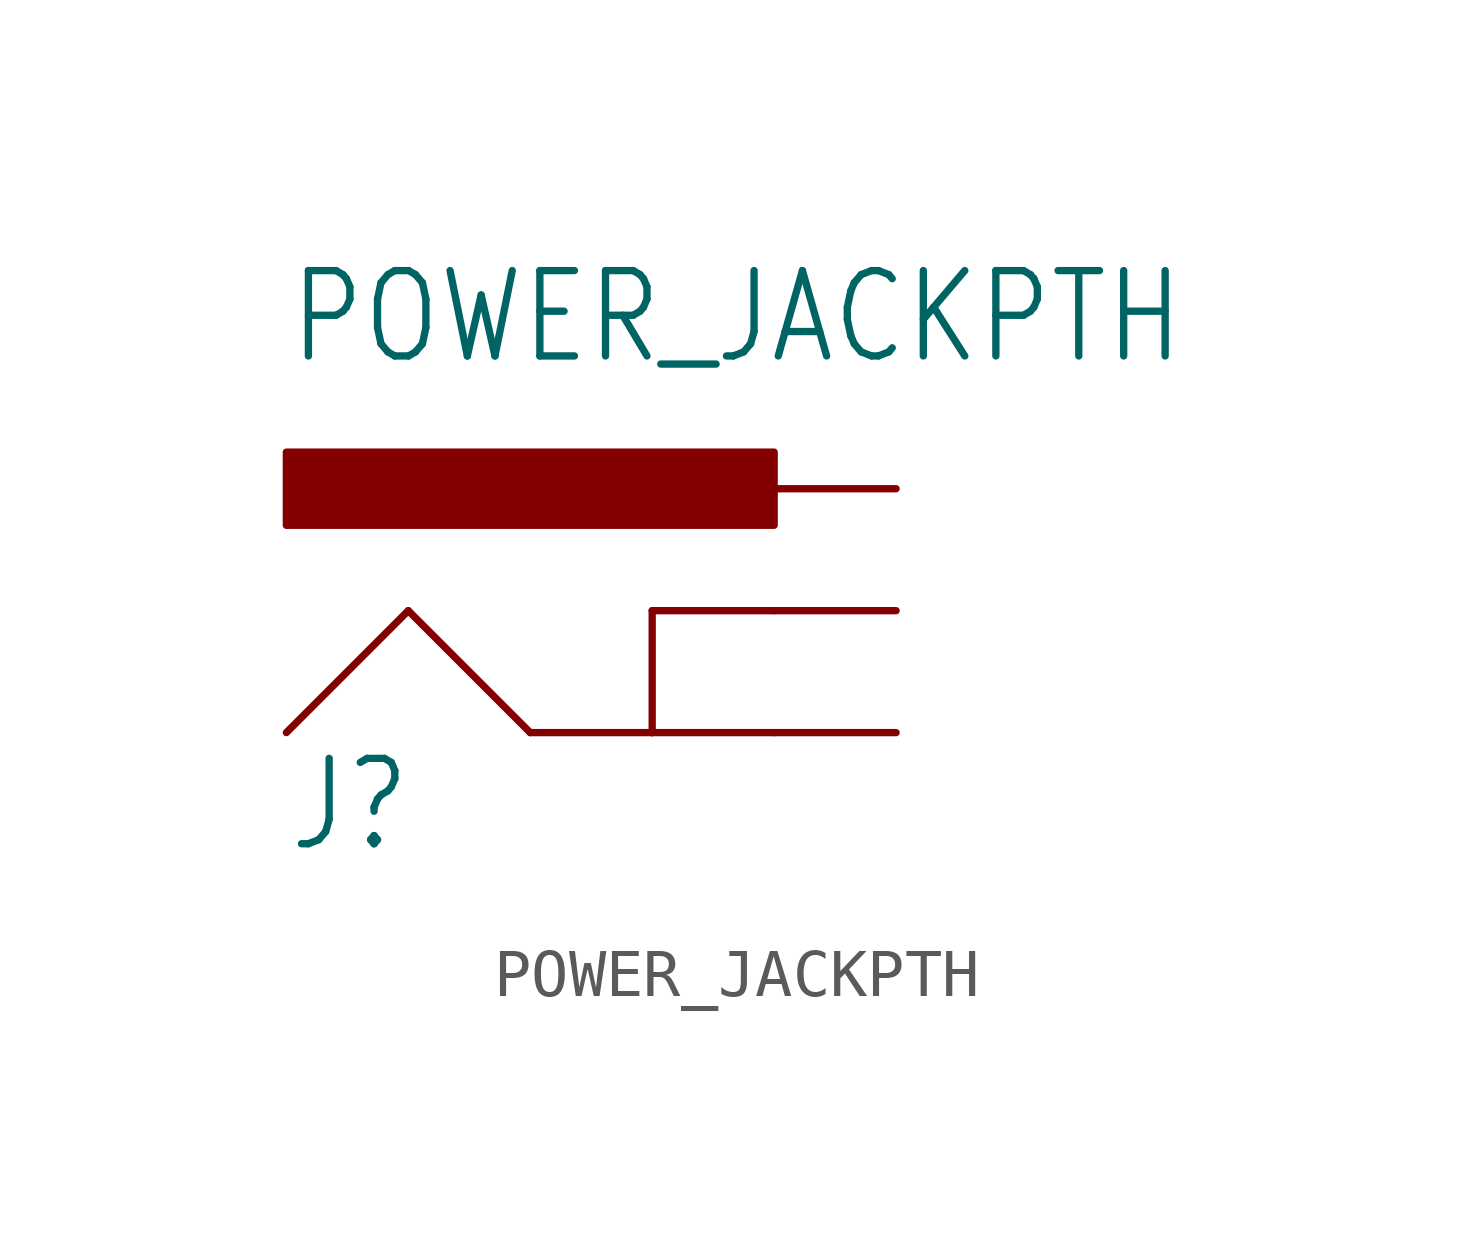
<source format=kicad_sym>
(kicad_symbol_lib
  (version 20211014)
  (generator kicad_symbol_editor)
  (symbol "POWER_JACKPTH"
    (property "Reference" "J"
      (at -10.16 0 0)
      (effects (font (size 1.778 1.511)) (justify left bottom)))
    (property "Value" "POWER_JACKPTH"
      (at -10.16 10.16 0)
      (effects (font (size 1.778 1.511)) (justify left bottom)))
    (property "ki_locked" ""
      (at 0 0 0)
      (effects (font (size 1.27 1.27))))
    (symbol "POWER_JACKPTH_1_0"
      (rectangle (start -10.16 6.858) (end 0 8.382) (stroke (width 0) (type default) (color 0 0 0 0)) (fill (type outline)))
      (polyline (pts (xy -10.16 2.54) (xy -7.62 5.08)) (stroke (width 0.152) (type default) (color 0 0 0 0)) (fill (type none)))
      (polyline (pts (xy -7.62 5.08) (xy -5.08 2.54)) (stroke (width 0.152) (type default) (color 0 0 0 0)) (fill (type none)))
      (polyline (pts (xy -5.08 2.54) (xy -2.54 2.54)) (stroke (width 0.152) (type default) (color 0 0 0 0)) (fill (type none)))
      (polyline (pts (xy -2.54 2.54) (xy -2.54 5.08)) (stroke (width 0.152) (type default) (color 0 0 0 0)) (fill (type none)))
      (polyline (pts (xy -2.54 2.54) (xy 0 2.54)) (stroke (width 0.152) (type default) (color 0 0 0 0)) (fill (type none)))
      (polyline (pts (xy -2.54 5.08) (xy 0 5.08)) (stroke (width 0.152) (type default) (color 0 0 0 0)) (fill (type none)))
      (pin bidirectional line (at 2.54 2.54 180) (length 2.54) (name "GND" (effects (font (size 0 0)))) (number "GND" (effects (font (size 0 0)))))
      (pin bidirectional line (at 2.54 5.08 180) (length 2.54) (name "GNDBREAK" (effects (font (size 0 0)))) (number "GNDBREAK" (effects (font (size 0 0)))))
      (pin bidirectional line (at 2.54 7.62 180) (length 2.54) (name "PWR" (effects (font (size 0 0)))) (number "PWR" (effects (font (size 0 0))))))))
</source>
